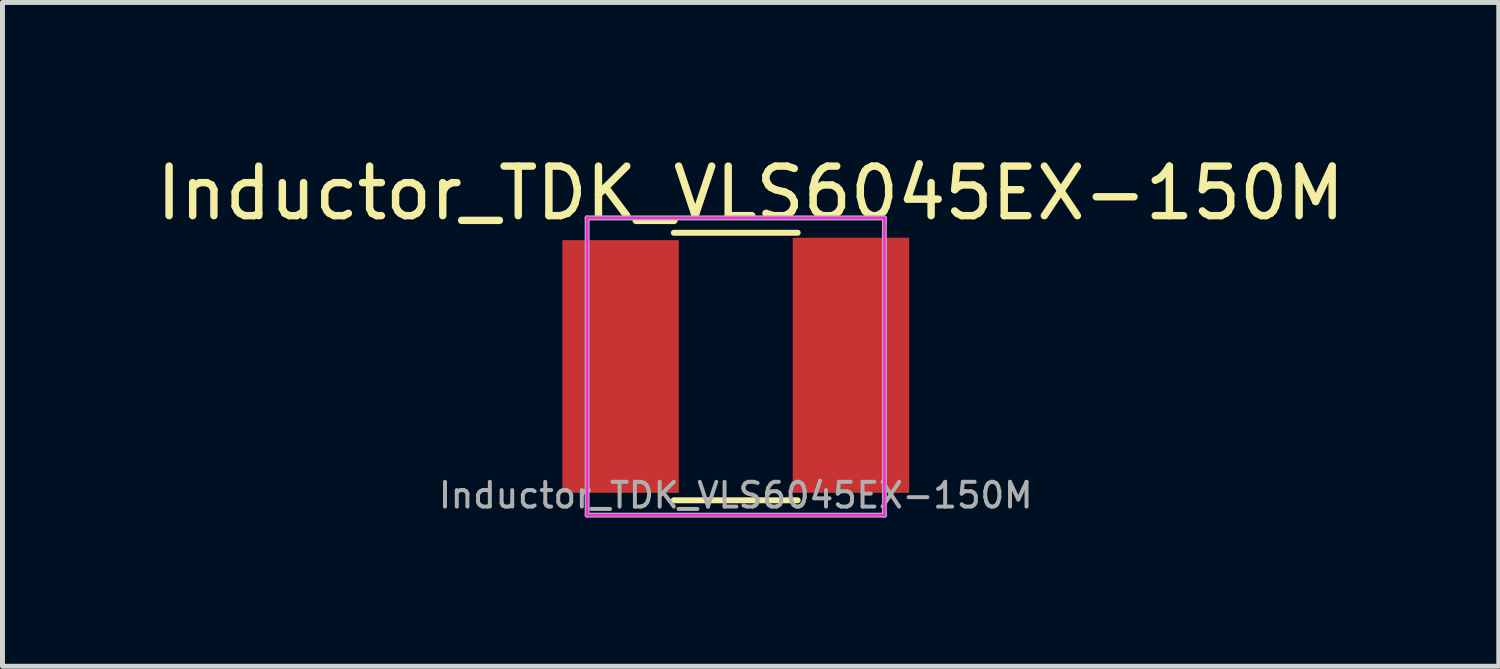
<source format=kicad_pcb>
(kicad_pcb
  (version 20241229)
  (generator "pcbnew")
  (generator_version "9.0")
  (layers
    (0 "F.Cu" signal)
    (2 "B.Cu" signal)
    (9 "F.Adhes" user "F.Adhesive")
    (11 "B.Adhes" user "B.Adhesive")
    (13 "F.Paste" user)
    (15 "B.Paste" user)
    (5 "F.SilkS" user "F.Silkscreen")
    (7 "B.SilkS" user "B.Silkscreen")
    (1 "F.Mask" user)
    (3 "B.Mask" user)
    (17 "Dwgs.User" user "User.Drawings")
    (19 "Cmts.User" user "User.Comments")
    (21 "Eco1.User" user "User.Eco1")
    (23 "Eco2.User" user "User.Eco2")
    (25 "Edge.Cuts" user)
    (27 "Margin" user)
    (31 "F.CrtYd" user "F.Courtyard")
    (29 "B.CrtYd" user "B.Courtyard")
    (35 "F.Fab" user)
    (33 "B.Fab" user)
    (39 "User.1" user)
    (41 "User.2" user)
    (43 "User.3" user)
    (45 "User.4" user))
  (footprint "Inductor_TDK_VLS6045EX-150M"
    (layer "F.Cu")
    (at 11.801 4.348)
    (property "Reference" "Inductor_TDK_VLS6045EX-150M" (at 0.3 -3.5 0) (layer "F.SilkS") (effects (font (size 1 1) (thickness 0.15))))
    (attr smd)
    (fp_line (start -1.25 -2.7) (end 1.25 -2.7) (stroke (width 0.12) (type solid)) (layer "F.SilkS"))
    (fp_line (start 1.25 2.7) (end -1.25 2.7) (stroke (width 0.12) (type solid)) (layer "F.SilkS"))
    (fp_line (start -3 -3) (end 3 -3) (stroke (width 0.05) (type solid)) (layer "F.CrtYd"))
    (fp_line (start -3 3) (end -3 -3) (stroke (width 0.05) (type solid)) (layer "F.CrtYd"))
    (fp_line (start 3 -3) (end 3 3) (stroke (width 0.05) (type solid)) (layer "F.CrtYd"))
    (fp_line (start 3 3) (end -3 3) (stroke (width 0.05) (type solid)) (layer "F.CrtYd"))
    (fp_line (start -3 -3) (end 3 -3) (stroke (width 0.1) (type solid)) (layer "F.Fab"))
    (fp_line (start -3 3) (end -3 -3) (stroke (width 0.1) (type solid)) (layer "F.Fab"))
    (fp_line (start 3 -3) (end 3 3) (stroke (width 0.1) (type solid)) (layer "F.Fab"))
    (fp_line (start 3 3) (end -3 3) (stroke (width 0.1) (type solid)) (layer "F.Fab"))
    (fp_text user "${REFERENCE}" (at 0 2.6 0) (layer "F.Fab") (effects (font (size 0.5 0.5) (thickness 0.08))))
    (pad "1" smd rect (at -2.325 0) (size 2.35 5.1) (layers "F.Cu" "F.Mask" "F.Paste"))
    (pad "2" smd rect (at 2.325 -0.025) (size 2.35 5.15) (layers "F.Cu" "F.Mask" "F.Paste")))
  (gr_rect
    (start -3 -3)
    (end 27.202 10.398)
    (stroke (width 0.1) (type default))
    (fill no)
    (layer "Edge.Cuts")))
</source>
